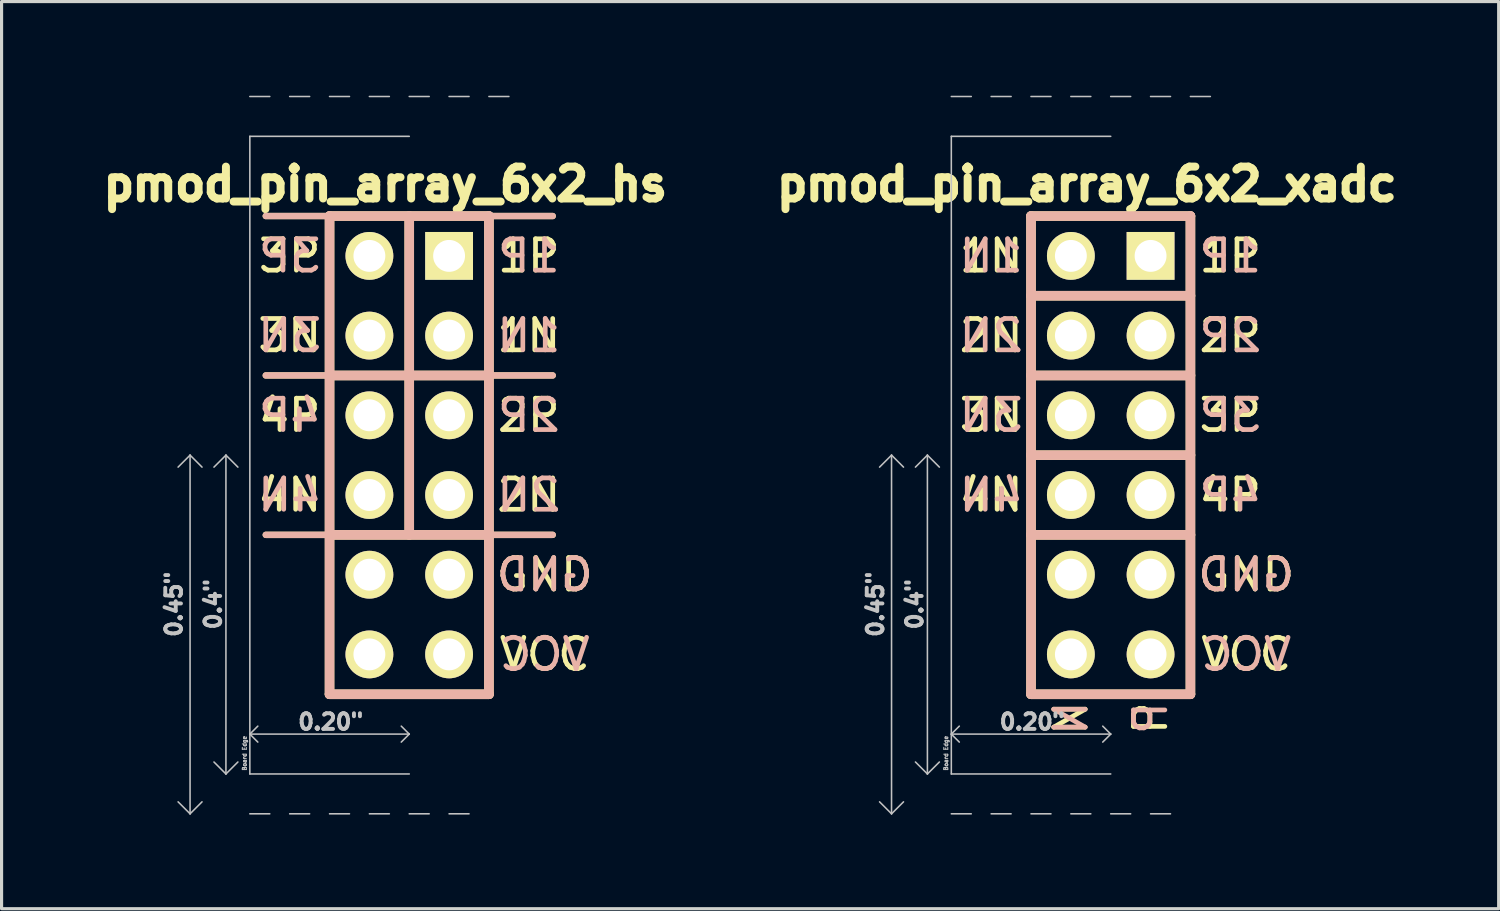
<source format=kicad_pcb>
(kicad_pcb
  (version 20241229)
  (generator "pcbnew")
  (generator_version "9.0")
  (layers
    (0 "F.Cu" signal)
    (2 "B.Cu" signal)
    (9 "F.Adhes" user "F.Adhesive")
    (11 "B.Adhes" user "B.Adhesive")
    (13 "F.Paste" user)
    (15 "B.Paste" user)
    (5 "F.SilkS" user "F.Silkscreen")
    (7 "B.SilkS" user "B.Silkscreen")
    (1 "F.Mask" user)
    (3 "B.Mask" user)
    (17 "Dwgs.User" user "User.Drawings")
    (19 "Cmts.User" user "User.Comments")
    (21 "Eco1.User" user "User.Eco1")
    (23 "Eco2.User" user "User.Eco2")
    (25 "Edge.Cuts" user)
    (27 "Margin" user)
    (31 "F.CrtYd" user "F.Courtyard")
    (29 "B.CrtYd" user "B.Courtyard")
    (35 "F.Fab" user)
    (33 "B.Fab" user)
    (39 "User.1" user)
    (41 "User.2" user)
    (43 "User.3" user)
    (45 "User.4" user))
  (footprint "pmod_pin_array_6x2_xadc"
    (layer "F.Cu")
    (at 32.347 11.455)
    (property "Reference" "pmod_pin_array_6x2_xadc" (at -0.762 -8.636 0) (layer "F.SilkS") (effects (font (size 1.016 1.016) (thickness 0.254))))
    (attr through_hole)
    (fp_line (start -2.54 -7.62) (end -2.54 7.62) (stroke (width 0.305) (type solid)) (layer "F.SilkS"))
    (fp_line (start -2.54 -2.54) (end 2.54 -2.54) (stroke (width 0.305) (type solid)) (layer "F.SilkS"))
    (fp_line (start -2.54 7.62) (end 2.54 7.62) (stroke (width 0.305) (type solid)) (layer "F.SilkS"))
    (fp_line (start 2.54 -7.62) (end -2.54 -7.62) (stroke (width 0.305) (type solid)) (layer "F.SilkS"))
    (fp_line (start 2.54 -5.08) (end -2.54 -5.08) (stroke (width 0.305) (type solid)) (layer "F.SilkS"))
    (fp_line (start 2.54 0) (end -2.54 0) (stroke (width 0.305) (type solid)) (layer "F.SilkS"))
    (fp_line (start 2.54 2.54) (end -2.54 2.54) (stroke (width 0.305) (type solid)) (layer "F.SilkS"))
    (fp_line (start 2.54 7.62) (end 2.54 -7.62) (stroke (width 0.305) (type solid)) (layer "F.SilkS"))
    (fp_line (start -2.54 -7.62) (end -2.54 7.62) (stroke (width 0.305) (type solid)) (layer "B.SilkS"))
    (fp_line (start -2.54 0) (end 2.54 0) (stroke (width 0.305) (type solid)) (layer "B.SilkS"))
    (fp_line (start -2.54 7.62) (end 2.54 7.62) (stroke (width 0.305) (type solid)) (layer "B.SilkS"))
    (fp_line (start 2.54 -7.62) (end -2.54 -7.62) (stroke (width 0.305) (type solid)) (layer "B.SilkS"))
    (fp_line (start 2.54 -5.08) (end -2.54 -5.08) (stroke (width 0.305) (type solid)) (layer "B.SilkS"))
    (fp_line (start 2.54 -2.54) (end -2.54 -2.54) (stroke (width 0.305) (type solid)) (layer "B.SilkS"))
    (fp_line (start 2.54 2.54) (end -2.54 2.54) (stroke (width 0.305) (type solid)) (layer "B.SilkS"))
    (fp_line (start 2.54 7.62) (end 2.54 -7.62) (stroke (width 0.305) (type solid)) (layer "B.SilkS"))
    (fp_line (start -6.985 0) (end -7.366 0.381) (stroke (width 0.05) (type solid)) (layer "Dwgs.User"))
    (fp_line (start -6.985 0) (end -6.985 11.43) (stroke (width 0.05) (type solid)) (layer "Dwgs.User"))
    (fp_line (start -6.985 11.43) (end -7.366 11.049) (stroke (width 0.05) (type solid)) (layer "Dwgs.User"))
    (fp_line (start -6.985 11.43) (end -6.604 11.049) (stroke (width 0.05) (type solid)) (layer "Dwgs.User"))
    (fp_line (start -6.604 0.381) (end -6.985 0) (stroke (width 0.05) (type solid)) (layer "Dwgs.User"))
    (fp_line (start -5.842 0) (end -6.223 0.381) (stroke (width 0.05) (type solid)) (layer "Dwgs.User"))
    (fp_line (start -5.842 0) (end -5.842 10.16) (stroke (width 0.05) (type solid)) (layer "Dwgs.User"))
    (fp_line (start -5.842 0) (end -5.461 0.381) (stroke (width 0.05) (type solid)) (layer "Dwgs.User"))
    (fp_line (start -5.842 10.16) (end -6.223 9.779) (stroke (width 0.05) (type solid)) (layer "Dwgs.User"))
    (fp_line (start -5.842 10.16) (end -5.461 9.779) (stroke (width 0.05) (type solid)) (layer "Dwgs.User"))
    (fp_line (start -5.08 -11.43) (end -4.445 -11.43) (stroke (width 0.05) (type solid)) (layer "Dwgs.User"))
    (fp_line (start -5.08 8.89) (end -4.826 8.636) (stroke (width 0.05) (type solid)) (layer "Dwgs.User"))
    (fp_line (start -5.08 8.89) (end -4.826 9.144) (stroke (width 0.05) (type solid)) (layer "Dwgs.User"))
    (fp_line (start -5.08 10.16) (end -5.08 -10.16) (stroke (width 0.05) (type solid)) (layer "Dwgs.User"))
    (fp_line (start -5.08 11.43) (end -4.445 11.43) (stroke (width 0.05) (type solid)) (layer "Dwgs.User"))
    (fp_line (start -3.81 -11.43) (end -3.175 -11.43) (stroke (width 0.05) (type solid)) (layer "Dwgs.User"))
    (fp_line (start -3.81 11.43) (end -3.175 11.43) (stroke (width 0.05) (type solid)) (layer "Dwgs.User"))
    (fp_line (start -2.54 -11.43) (end -1.905 -11.43) (stroke (width 0.05) (type solid)) (layer "Dwgs.User"))
    (fp_line (start -2.54 11.43) (end -1.905 11.43) (stroke (width 0.05) (type solid)) (layer "Dwgs.User"))
    (fp_line (start -1.27 -11.43) (end -0.635 -11.43) (stroke (width 0.05) (type solid)) (layer "Dwgs.User"))
    (fp_line (start -1.27 11.43) (end -0.635 11.43) (stroke (width 0.05) (type solid)) (layer "Dwgs.User"))
    (fp_line (start -0.254 8.636) (end 0 8.89) (stroke (width 0.05) (type solid)) (layer "Dwgs.User"))
    (fp_line (start 0 -11.43) (end 0.635 -11.43) (stroke (width 0.05) (type solid)) (layer "Dwgs.User"))
    (fp_line (start 0 -10.16) (end -5.08 -10.16) (stroke (width 0.05) (type solid)) (layer "Dwgs.User"))
    (fp_line (start 0 8.89) (end -5.08 8.89) (stroke (width 0.05) (type solid)) (layer "Dwgs.User"))
    (fp_line (start 0 8.89) (end -0.254 9.144) (stroke (width 0.05) (type solid)) (layer "Dwgs.User"))
    (fp_line (start 0 10.16) (end -5.08 10.16) (stroke (width 0.05) (type solid)) (layer "Dwgs.User"))
    (fp_line (start 0 11.43) (end 0.635 11.43) (stroke (width 0.05) (type solid)) (layer "Dwgs.User"))
    (fp_line (start 1.27 -11.43) (end 1.905 -11.43) (stroke (width 0.05) (type solid)) (layer "Dwgs.User"))
    (fp_line (start 1.27 11.43) (end 1.905 11.43) (stroke (width 0.05) (type solid)) (layer "Dwgs.User"))
    (fp_line (start 2.54 -11.43) (end 3.175 -11.43) (stroke (width 0.05) (type solid)) (layer "Dwgs.User"))
    (fp_text user "4N" (at -3.81 1.27 0) (layer "F.SilkS") (effects (font (size 1 1) (thickness 0.15))))
    (fp_text user "3N" (at -3.81 -1.27 0) (layer "F.SilkS") (effects (font (size 1 1) (thickness 0.15))))
    (fp_text user "2P" (at 3.81 -3.81 0) (layer "F.SilkS") (effects (font (size 1 1) (thickness 0.15))))
    (fp_text user "1N" (at -3.81 -6.35 0) (layer "F.SilkS") (effects (font (size 1 1) (thickness 0.15))))
    (fp_text user "3P" (at 3.81 -1.27 0) (layer "F.SilkS") (effects (font (size 1 1) (thickness 0.15))))
    (fp_text user "GND" (at 4.318 3.81 0) (layer "F.SilkS") (effects (font (size 1 1) (thickness 0.15))))
    (fp_text user "N" (at -1.27 8.382 90) (layer "F.SilkS") (effects (font (size 1 1) (thickness 0.15))))
    (fp_text user "VCC" (at 4.318 6.35 0) (layer "F.SilkS") (effects (font (size 1 1) (thickness 0.15))))
    (fp_text user "P" (at 1.27 8.382 90) (layer "F.SilkS") (effects (font (size 1 1) (thickness 0.15))))
    (fp_text user "2N" (at -3.81 -3.81 0) (layer "F.SilkS") (effects (font (size 1 1) (thickness 0.15))))
    (fp_text user "1P" (at 3.81 -6.35 0) (layer "F.SilkS") (effects (font (size 1 1) (thickness 0.15))))
    (fp_text user "4P" (at 3.81 1.27 0) (layer "F.SilkS") (effects (font (size 1 1) (thickness 0.15))))
    (fp_text user "4N" (at -3.81 1.27 0) (layer "B.SilkS") (effects (font (size 1 1) (thickness 0.15)) (justify mirror)))
    (fp_text user "2N" (at -3.81 -3.81 0) (layer "B.SilkS") (effects (font (size 1 1) (thickness 0.15)) (justify mirror)))
    (fp_text user "2P" (at 3.81 -3.81 0) (layer "B.SilkS") (effects (font (size 1 1) (thickness 0.15)) (justify mirror)))
    (fp_text user "3N" (at -3.81 -1.27 0) (layer "B.SilkS") (effects (font (size 1 1) (thickness 0.15)) (justify mirror)))
    (fp_text user "4P" (at 3.81 1.27 0) (layer "B.SilkS") (effects (font (size 1 1) (thickness 0.15)) (justify mirror)))
    (fp_text user "VCC" (at 4.318 6.35 0) (layer "B.SilkS") (effects (font (size 1 1) (thickness 0.15)) (justify mirror)))
    (fp_text user "3P" (at 3.81 -1.27 0) (layer "B.SilkS") (effects (font (size 1 1) (thickness 0.15)) (justify mirror)))
    (fp_text user "1P" (at 3.81 -6.35 0) (layer "B.SilkS") (effects (font (size 1 1) (thickness 0.15)) (justify mirror)))
    (fp_text user "P" (at 1.27 8.382 90) (layer "B.SilkS") (effects (font (size 1 1) (thickness 0.15)) (justify mirror)))
    (fp_text user "N" (at -1.27 8.382 90) (layer "B.SilkS") (effects (font (size 1 1) (thickness 0.15)) (justify mirror)))
    (fp_text user "1N" (at -3.81 -6.35 0) (layer "B.SilkS") (effects (font (size 1 1) (thickness 0.15)) (justify mirror)))
    (fp_text user "GND" (at 4.318 3.81 0) (layer "B.SilkS") (effects (font (size 1 1) (thickness 0.15)) (justify mirror)))
    (fp_text user "0.20\"" (at -2.5 8.5 180) (layer "Dwgs.User") (effects (font (size 0.5 0.5) (thickness 0.125))))
    (fp_text user "Board Edge" (at -5.25 9.5 90) (layer "Dwgs.User") (effects (font (size 0.127 0.127) (thickness 0.032))))
    (fp_text user "0.4\"" (at -6.25 4.75 90) (layer "Dwgs.User") (effects (font (size 0.5 0.5) (thickness 0.125))))
    (fp_text user "0.45\"" (at -7.5 4.75 90) (layer "Dwgs.User") (effects (font (size 0.5 0.5) (thickness 0.125))))
    (pad "1" thru_hole rect (at 1.27 -6.35) (size 1.524 1.524) (drill 1.016) (layers "*.Cu" "*.Mask" "F.SilkS"))
    (pad "2" thru_hole circle (at 1.27 -3.81 270) (size 1.524 1.524) (drill 1.016) (layers "*.Cu" "*.Mask" "F.SilkS"))
    (pad "3" thru_hole circle (at 1.27 -1.27 270) (size 1.524 1.524) (drill 1.016) (layers "*.Cu" "*.Mask" "F.SilkS"))
    (pad "4" thru_hole circle (at 1.27 1.27 270) (size 1.524 1.524) (drill 1.016) (layers "*.Cu" "*.Mask" "F.SilkS"))
    (pad "5" thru_hole circle (at 1.27 3.81 270) (size 1.524 1.524) (drill 1.016) (layers "*.Cu" "*.Mask" "F.SilkS"))
    (pad "6" thru_hole circle (at 1.27 6.35 270) (size 1.524 1.524) (drill 1.016) (layers "*.Cu" "*.Mask" "F.SilkS"))
    (pad "7" thru_hole circle (at -1.27 -6.35 270) (size 1.524 1.524) (drill 1.016) (layers "*.Cu" "*.Mask" "F.SilkS"))
    (pad "8" thru_hole circle (at -1.27 -3.81 270) (size 1.524 1.524) (drill 1.016) (layers "*.Cu" "*.Mask" "F.SilkS"))
    (pad "9" thru_hole circle (at -1.27 -1.27 270) (size 1.524 1.524) (drill 1.016) (layers "*.Cu" "*.Mask" "F.SilkS"))
    (pad "10" thru_hole circle (at -1.27 1.27 270) (size 1.524 1.524) (drill 1.016) (layers "*.Cu" "*.Mask" "F.SilkS"))
    (pad "11" thru_hole circle (at -1.27 3.81 270) (size 1.524 1.524) (drill 1.016) (layers "*.Cu" "*.Mask" "F.SilkS"))
    (pad "12" thru_hole circle (at -1.27 6.35 270) (size 1.524 1.524) (drill 1.016) (layers "*.Cu" "*.Mask" "F.SilkS")))
  (footprint "pmod_pin_array_6x2_hs"
    (layer "F.Cu")
    (at 9.992 11.455)
    (property "Reference" "pmod_pin_array_6x2_hs" (at -0.762 -8.636 0) (layer "F.SilkS") (effects (font (size 1.016 1.016) (thickness 0.254))))
    (attr through_hole)
    (fp_line (start -4.572 -7.62) (end -2.54 -7.62) (stroke (width 0.203) (type solid)) (layer "F.SilkS"))
    (fp_line (start -4.572 -2.54) (end -2.54 -2.54) (stroke (width 0.203) (type solid)) (layer "F.SilkS"))
    (fp_line (start -4.572 2.54) (end -2.54 2.54) (stroke (width 0.203) (type solid)) (layer "F.SilkS"))
    (fp_line (start -2.54 -7.62) (end -2.54 7.62) (stroke (width 0.305) (type solid)) (layer "F.SilkS"))
    (fp_line (start -2.54 -2.54) (end 2.54 -2.54) (stroke (width 0.305) (type solid)) (layer "F.SilkS"))
    (fp_line (start -2.54 7.62) (end 2.54 7.62) (stroke (width 0.305) (type solid)) (layer "F.SilkS"))
    (fp_line (start 0 -7.62) (end 0 -2.54) (stroke (width 0.305) (type solid)) (layer "F.SilkS"))
    (fp_line (start 0 -2.54) (end 0 2.54) (stroke (width 0.305) (type solid)) (layer "F.SilkS"))
    (fp_line (start 2.54 -7.62) (end -2.54 -7.62) (stroke (width 0.305) (type solid)) (layer "F.SilkS"))
    (fp_line (start 2.54 -7.62) (end 4.572 -7.62) (stroke (width 0.203) (type solid)) (layer "F.SilkS"))
    (fp_line (start 2.54 -2.54) (end 4.572 -2.54) (stroke (width 0.203) (type solid)) (layer "F.SilkS"))
    (fp_line (start 2.54 2.54) (end -2.54 2.54) (stroke (width 0.305) (type solid)) (layer "F.SilkS"))
    (fp_line (start 2.54 2.54) (end 4.572 2.54) (stroke (width 0.203) (type solid)) (layer "F.SilkS"))
    (fp_line (start 2.54 7.62) (end 2.54 -7.62) (stroke (width 0.305) (type solid)) (layer "F.SilkS"))
    (fp_line (start -4.572 -7.62) (end -2.54 -7.62) (stroke (width 0.203) (type solid)) (layer "B.SilkS"))
    (fp_line (start -4.572 -2.54) (end -2.54 -2.54) (stroke (width 0.203) (type solid)) (layer "B.SilkS"))
    (fp_line (start -4.572 2.54) (end -2.54 2.54) (stroke (width 0.203) (type solid)) (layer "B.SilkS"))
    (fp_line (start -2.54 -7.62) (end -2.54 7.62) (stroke (width 0.305) (type solid)) (layer "B.SilkS"))
    (fp_line (start -2.54 7.62) (end 2.54 7.62) (stroke (width 0.305) (type solid)) (layer "B.SilkS"))
    (fp_line (start 0 -2.54) (end 0 -7.62) (stroke (width 0.305) (type solid)) (layer "B.SilkS"))
    (fp_line (start 0 -2.54) (end 0 2.54) (stroke (width 0.305) (type solid)) (layer "B.SilkS"))
    (fp_line (start 2.54 -7.62) (end -2.54 -7.62) (stroke (width 0.305) (type solid)) (layer "B.SilkS"))
    (fp_line (start 2.54 -7.62) (end 4.572 -7.62) (stroke (width 0.203) (type solid)) (layer "B.SilkS"))
    (fp_line (start 2.54 -2.54) (end -2.54 -2.54) (stroke (width 0.305) (type solid)) (layer "B.SilkS"))
    (fp_line (start 2.54 -2.54) (end 4.572 -2.54) (stroke (width 0.203) (type solid)) (layer "B.SilkS"))
    (fp_line (start 2.54 2.54) (end -2.54 2.54) (stroke (width 0.305) (type solid)) (layer "B.SilkS"))
    (fp_line (start 2.54 2.54) (end 4.572 2.54) (stroke (width 0.203) (type solid)) (layer "B.SilkS"))
    (fp_line (start 2.54 7.62) (end 2.54 -7.62) (stroke (width 0.305) (type solid)) (layer "B.SilkS"))
    (fp_line (start -6.985 0) (end -7.366 0.381) (stroke (width 0.05) (type solid)) (layer "Dwgs.User"))
    (fp_line (start -6.985 0) (end -6.985 11.43) (stroke (width 0.05) (type solid)) (layer "Dwgs.User"))
    (fp_line (start -6.985 11.43) (end -7.366 11.049) (stroke (width 0.05) (type solid)) (layer "Dwgs.User"))
    (fp_line (start -6.985 11.43) (end -6.604 11.049) (stroke (width 0.05) (type solid)) (layer "Dwgs.User"))
    (fp_line (start -6.604 0.381) (end -6.985 0) (stroke (width 0.05) (type solid)) (layer "Dwgs.User"))
    (fp_line (start -5.842 0) (end -6.223 0.381) (stroke (width 0.05) (type solid)) (layer "Dwgs.User"))
    (fp_line (start -5.842 0) (end -5.842 10.16) (stroke (width 0.05) (type solid)) (layer "Dwgs.User"))
    (fp_line (start -5.842 0) (end -5.461 0.381) (stroke (width 0.05) (type solid)) (layer "Dwgs.User"))
    (fp_line (start -5.842 10.16) (end -6.223 9.779) (stroke (width 0.05) (type solid)) (layer "Dwgs.User"))
    (fp_line (start -5.842 10.16) (end -5.461 9.779) (stroke (width 0.05) (type solid)) (layer "Dwgs.User"))
    (fp_line (start -5.08 -11.43) (end -4.445 -11.43) (stroke (width 0.05) (type solid)) (layer "Dwgs.User"))
    (fp_line (start -5.08 8.89) (end -4.826 8.636) (stroke (width 0.05) (type solid)) (layer "Dwgs.User"))
    (fp_line (start -5.08 8.89) (end -4.826 9.144) (stroke (width 0.05) (type solid)) (layer "Dwgs.User"))
    (fp_line (start -5.08 10.16) (end -5.08 -10.16) (stroke (width 0.05) (type solid)) (layer "Dwgs.User"))
    (fp_line (start -5.08 11.43) (end -4.445 11.43) (stroke (width 0.05) (type solid)) (layer "Dwgs.User"))
    (fp_line (start -3.81 -11.43) (end -3.175 -11.43) (stroke (width 0.05) (type solid)) (layer "Dwgs.User"))
    (fp_line (start -3.81 11.43) (end -3.175 11.43) (stroke (width 0.05) (type solid)) (layer "Dwgs.User"))
    (fp_line (start -2.54 -11.43) (end -1.905 -11.43) (stroke (width 0.05) (type solid)) (layer "Dwgs.User"))
    (fp_line (start -2.54 11.43) (end -1.905 11.43) (stroke (width 0.05) (type solid)) (layer "Dwgs.User"))
    (fp_line (start -1.27 -11.43) (end -0.635 -11.43) (stroke (width 0.05) (type solid)) (layer "Dwgs.User"))
    (fp_line (start -1.27 11.43) (end -0.635 11.43) (stroke (width 0.05) (type solid)) (layer "Dwgs.User"))
    (fp_line (start -0.254 8.636) (end 0 8.89) (stroke (width 0.05) (type solid)) (layer "Dwgs.User"))
    (fp_line (start 0 -11.43) (end 0.635 -11.43) (stroke (width 0.05) (type solid)) (layer "Dwgs.User"))
    (fp_line (start 0 -10.16) (end -5.08 -10.16) (stroke (width 0.05) (type solid)) (layer "Dwgs.User"))
    (fp_line (start 0 8.89) (end -5.08 8.89) (stroke (width 0.05) (type solid)) (layer "Dwgs.User"))
    (fp_line (start 0 8.89) (end -0.254 9.144) (stroke (width 0.05) (type solid)) (layer "Dwgs.User"))
    (fp_line (start 0 10.16) (end -5.08 10.16) (stroke (width 0.05) (type solid)) (layer "Dwgs.User"))
    (fp_line (start 0 11.43) (end 0.635 11.43) (stroke (width 0.05) (type solid)) (layer "Dwgs.User"))
    (fp_line (start 1.27 -11.43) (end 1.905 -11.43) (stroke (width 0.05) (type solid)) (layer "Dwgs.User"))
    (fp_line (start 1.27 11.43) (end 1.905 11.43) (stroke (width 0.05) (type solid)) (layer "Dwgs.User"))
    (fp_line (start 2.54 -11.43) (end 3.175 -11.43) (stroke (width 0.05) (type solid)) (layer "Dwgs.User"))
    (fp_text user "1N" (at 3.81 -3.81 0) (layer "F.SilkS") (effects (font (size 1 1) (thickness 0.15))))
    (fp_text user "2P" (at 3.81 -1.27 0) (layer "F.SilkS") (effects (font (size 1 1) (thickness 0.15))))
    (fp_text user "4N" (at -3.81 1.27 0) (layer "F.SilkS") (effects (font (size 1 1) (thickness 0.15))))
    (fp_text user "VCC" (at 4.318 6.35 0) (layer "F.SilkS") (effects (font (size 1 1) (thickness 0.15))))
    (fp_text user "3P" (at -3.81 -6.35 0) (layer "F.SilkS") (effects (font (size 1 1) (thickness 0.15))))
    (fp_text user "2N" (at 3.81 1.27 0) (layer "F.SilkS") (effects (font (size 1 1) (thickness 0.15))))
    (fp_text user "GND" (at 4.318 3.81 0) (layer "F.SilkS") (effects (font (size 1 1) (thickness 0.15))))
    (fp_text user "3N" (at -3.81 -3.81 0) (layer "F.SilkS") (effects (font (size 1 1) (thickness 0.15))))
    (fp_text user "1P" (at 3.81 -6.35 0) (layer "F.SilkS") (effects (font (size 1 1) (thickness 0.15))))
    (fp_text user "4P" (at -3.81 -1.27 0) (layer "F.SilkS") (effects (font (size 1 1) (thickness 0.15))))
    (fp_text user "VCC" (at 4.318 6.35 0) (layer "B.SilkS") (effects (font (size 1 1) (thickness 0.15)) (justify mirror)))
    (fp_text user "4P" (at -3.81 -1.27 0) (layer "B.SilkS") (effects (font (size 1 1) (thickness 0.15)) (justify mirror)))
    (fp_text user "3N" (at -3.81 -3.81 0) (layer "B.SilkS") (effects (font (size 1 1) (thickness 0.15)) (justify mirror)))
    (fp_text user "2N" (at 3.81 1.27 0) (layer "B.SilkS") (effects (font (size 1 1) (thickness 0.15)) (justify mirror)))
    (fp_text user "1N" (at 3.81 -3.81 0) (layer "B.SilkS") (effects (font (size 1 1) (thickness 0.15)) (justify mirror)))
    (fp_text user "1P" (at 3.81 -6.35 0) (layer "B.SilkS") (effects (font (size 1 1) (thickness 0.15)) (justify mirror)))
    (fp_text user "2P" (at 3.81 -1.27 0) (layer "B.SilkS") (effects (font (size 1 1) (thickness 0.15)) (justify mirror)))
    (fp_text user "4N" (at -3.81 1.27 0) (layer "B.SilkS") (effects (font (size 1 1) (thickness 0.15)) (justify mirror)))
    (fp_text user "3P" (at -3.81 -6.35 0) (layer "B.SilkS") (effects (font (size 1 1) (thickness 0.15)) (justify mirror)))
    (fp_text user "GND" (at 4.318 3.81 0) (layer "B.SilkS") (effects (font (size 1 1) (thickness 0.15)) (justify mirror)))
    (fp_text user "0.4\"" (at -6.25 4.75 90) (layer "Dwgs.User") (effects (font (size 0.5 0.5) (thickness 0.125))))
    (fp_text user "Board Edge" (at -5.25 9.5 90) (layer "Dwgs.User") (effects (font (size 0.127 0.127) (thickness 0.032))))
    (fp_text user "0.20\"" (at -2.5 8.5 180) (layer "Dwgs.User") (effects (font (size 0.5 0.5) (thickness 0.125))))
    (fp_text user "0.45\"" (at -7.5 4.75 90) (layer "Dwgs.User") (effects (font (size 0.5 0.5) (thickness 0.125))))
    (pad "1" thru_hole rect (at 1.27 -6.35) (size 1.524 1.524) (drill 1.016) (layers "*.Cu" "*.Mask" "F.SilkS"))
    (pad "2" thru_hole circle (at 1.27 -3.81 270) (size 1.524 1.524) (drill 1.016) (layers "*.Cu" "*.Mask" "F.SilkS"))
    (pad "3" thru_hole circle (at 1.27 -1.27 270) (size 1.524 1.524) (drill 1.016) (layers "*.Cu" "*.Mask" "F.SilkS"))
    (pad "4" thru_hole circle (at 1.27 1.27 270) (size 1.524 1.524) (drill 1.016) (layers "*.Cu" "*.Mask" "F.SilkS"))
    (pad "5" thru_hole circle (at 1.27 3.81 270) (size 1.524 1.524) (drill 1.016) (layers "*.Cu" "*.Mask" "F.SilkS"))
    (pad "6" thru_hole circle (at 1.27 6.35 270) (size 1.524 1.524) (drill 1.016) (layers "*.Cu" "*.Mask" "F.SilkS"))
    (pad "7" thru_hole circle (at -1.27 -6.35 270) (size 1.524 1.524) (drill 1.016) (layers "*.Cu" "*.Mask" "F.SilkS"))
    (pad "8" thru_hole circle (at -1.27 -3.81 270) (size 1.524 1.524) (drill 1.016) (layers "*.Cu" "*.Mask" "F.SilkS"))
    (pad "9" thru_hole circle (at -1.27 -1.27 270) (size 1.524 1.524) (drill 1.016) (layers "*.Cu" "*.Mask" "F.SilkS"))
    (pad "10" thru_hole circle (at -1.27 1.27 270) (size 1.524 1.524) (drill 1.016) (layers "*.Cu" "*.Mask" "F.SilkS"))
    (pad "11" thru_hole circle (at -1.27 3.81 270) (size 1.524 1.524) (drill 1.016) (layers "*.Cu" "*.Mask" "F.SilkS"))
    (pad "12" thru_hole circle (at -1.27 6.35 270) (size 1.524 1.524) (drill 1.016) (layers "*.Cu" "*.Mask" "F.SilkS")))
  (gr_rect
    (start -3 -3)
    (end 44.71 25.91)
    (stroke (width 0.1) (type default))
    (fill no)
    (layer "Edge.Cuts")))
</source>
